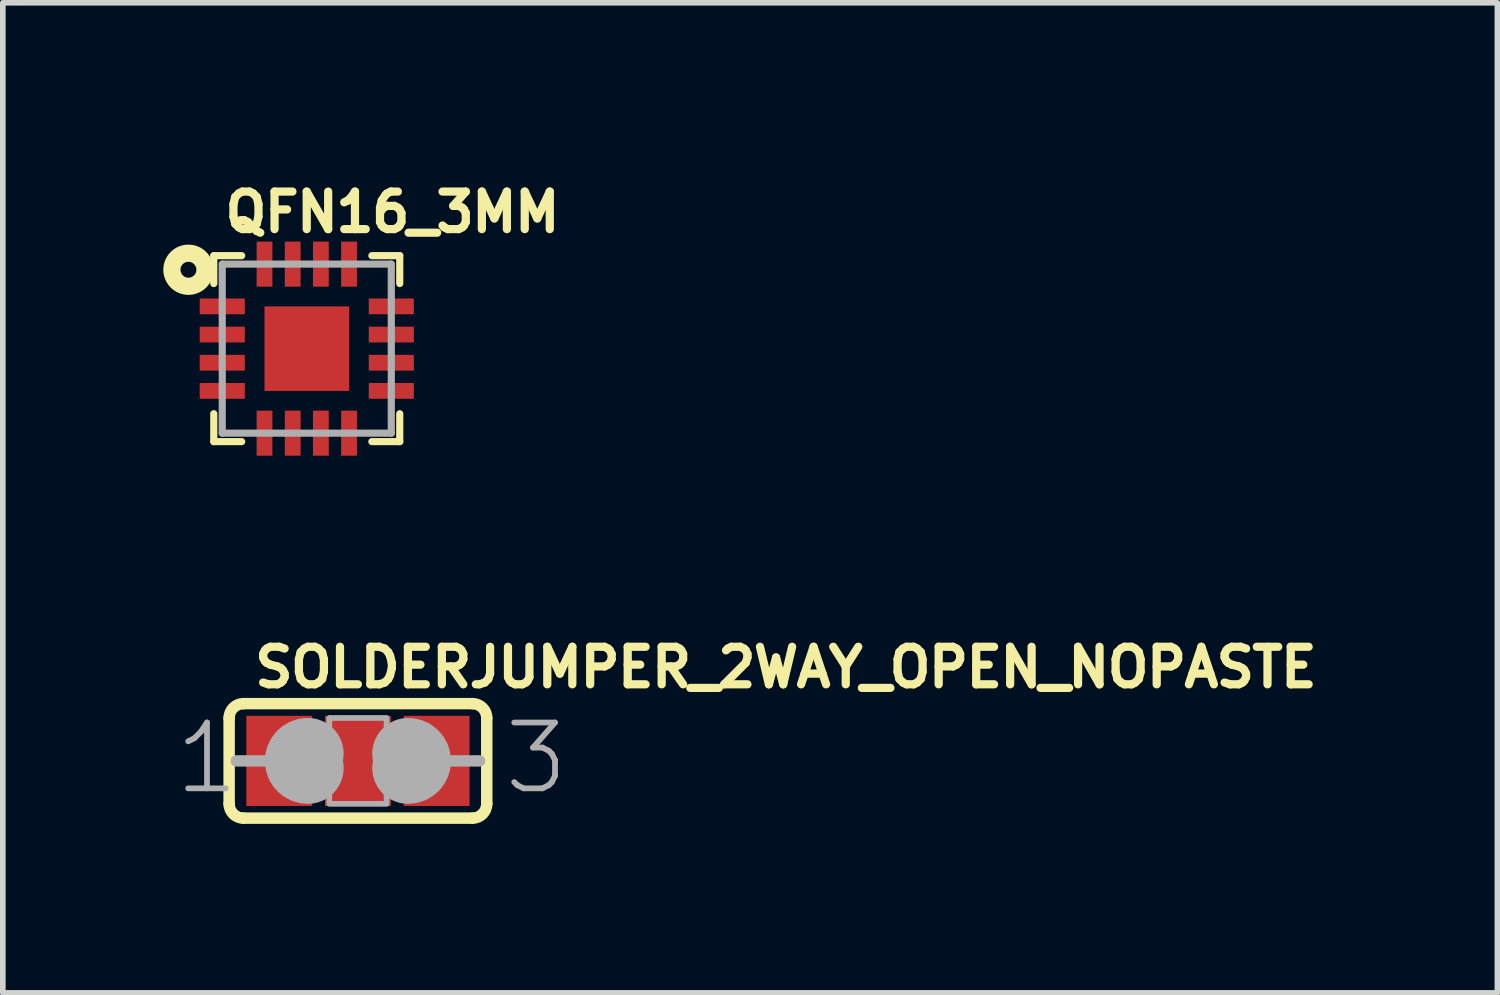
<source format=kicad_pcb>
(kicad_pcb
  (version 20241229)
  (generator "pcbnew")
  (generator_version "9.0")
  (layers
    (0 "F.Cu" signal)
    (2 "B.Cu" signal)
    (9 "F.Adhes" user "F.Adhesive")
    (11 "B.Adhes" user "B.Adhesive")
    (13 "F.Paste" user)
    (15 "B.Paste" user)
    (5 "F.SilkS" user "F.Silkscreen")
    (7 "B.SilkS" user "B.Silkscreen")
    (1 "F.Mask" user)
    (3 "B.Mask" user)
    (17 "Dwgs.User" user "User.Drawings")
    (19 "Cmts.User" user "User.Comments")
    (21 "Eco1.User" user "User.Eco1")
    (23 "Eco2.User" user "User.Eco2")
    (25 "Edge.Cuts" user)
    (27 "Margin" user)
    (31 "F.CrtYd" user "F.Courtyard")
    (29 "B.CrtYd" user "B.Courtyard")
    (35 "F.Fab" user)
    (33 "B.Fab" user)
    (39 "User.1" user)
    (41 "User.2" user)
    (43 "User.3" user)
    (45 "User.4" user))
  (footprint "QFN16_3MM"
    (layer "F.Cu")
    (at 2.394 3.137)
    (property "Reference" "QFN16_3MM" (at -1.524 -2.032 0) (unlocked yes) (layer "F.SilkS") (effects (font (size 0.666 0.666) (thickness 0.146)) (justify left bottom)))
    (fp_poly (pts (xy -1.94 -0.575) (xy -1.06 -0.575) (xy -1.06 -0.925) (xy -1.94 -0.925)) (stroke (width 0) (type default)) (fill yes) (layer "F.Mask"))
    (fp_poly (pts (xy -1.94 -0.075) (xy -1.06 -0.075) (xy -1.06 -0.425) (xy -1.94 -0.425)) (stroke (width 0) (type default)) (fill yes) (layer "F.Mask"))
    (fp_poly (pts (xy -1.94 0.425) (xy -1.06 0.425) (xy -1.06 0.075) (xy -1.94 0.075)) (stroke (width 0) (type default)) (fill yes) (layer "F.Mask"))
    (fp_poly (pts (xy -1.94 0.925) (xy -1.06 0.925) (xy -1.06 0.575) (xy -1.94 0.575)) (stroke (width 0) (type default)) (fill yes) (layer "F.Mask"))
    (fp_poly (pts (xy -0.925 -1.94) (xy -0.925 -1.06) (xy -0.575 -1.06) (xy -0.575 -1.94)) (stroke (width 0) (type default)) (fill yes) (layer "F.Mask"))
    (fp_poly (pts (xy -0.575 1.94) (xy -0.575 1.06) (xy -0.925 1.06) (xy -0.925 1.94)) (stroke (width 0) (type default)) (fill yes) (layer "F.Mask"))
    (fp_poly (pts (xy -0.425 -1.94) (xy -0.425 -1.06) (xy -0.075 -1.06) (xy -0.075 -1.94)) (stroke (width 0) (type default)) (fill yes) (layer "F.Mask"))
    (fp_poly (pts (xy -0.075 1.94) (xy -0.075 1.06) (xy -0.425 1.06) (xy -0.425 1.94)) (stroke (width 0) (type default)) (fill yes) (layer "F.Mask"))
    (fp_poly (pts (xy 0.075 -1.94) (xy 0.075 -1.06) (xy 0.425 -1.06) (xy 0.425 -1.94)) (stroke (width 0) (type default)) (fill yes) (layer "F.Mask"))
    (fp_poly (pts (xy 0.425 1.94) (xy 0.425 1.06) (xy 0.075 1.06) (xy 0.075 1.94)) (stroke (width 0) (type default)) (fill yes) (layer "F.Mask"))
    (fp_poly (pts (xy 0.575 -1.94) (xy 0.575 -1.06) (xy 0.925 -1.06) (xy 0.925 -1.94)) (stroke (width 0) (type default)) (fill yes) (layer "F.Mask"))
    (fp_poly (pts (xy 0.925 1.94) (xy 0.925 1.06) (xy 0.575 1.06) (xy 0.575 1.94)) (stroke (width 0) (type default)) (fill yes) (layer "F.Mask"))
    (fp_poly (pts (xy 1.94 -0.925) (xy 1.06 -0.925) (xy 1.06 -0.575) (xy 1.94 -0.575)) (stroke (width 0) (type default)) (fill yes) (layer "F.Mask"))
    (fp_poly (pts (xy 1.94 -0.425) (xy 1.06 -0.425) (xy 1.06 -0.075) (xy 1.94 -0.075)) (stroke (width 0) (type default)) (fill yes) (layer "F.Mask"))
    (fp_poly (pts (xy 1.94 0.075) (xy 1.06 0.075) (xy 1.06 0.425) (xy 1.94 0.425)) (stroke (width 0) (type default)) (fill yes) (layer "F.Mask"))
    (fp_poly (pts (xy 1.94 0.575) (xy 1.06 0.575) (xy 1.06 0.925) (xy 1.94 0.925)) (stroke (width 0) (type default)) (fill yes) (layer "F.Mask"))
    (fp_line (start -1.65 -1.65) (end -1.65 -1.155) (stroke (width 0.127) (type solid)) (layer "F.SilkS"))
    (fp_line (start -1.65 1.155) (end -1.65 1.65) (stroke (width 0.127) (type solid)) (layer "F.SilkS"))
    (fp_line (start -1.65 1.65) (end -1.155 1.65) (stroke (width 0.127) (type solid)) (layer "F.SilkS"))
    (fp_line (start -1.155 -1.65) (end -1.65 -1.65) (stroke (width 0.127) (type solid)) (layer "F.SilkS"))
    (fp_line (start 1.155 -1.65) (end 1.65 -1.65) (stroke (width 0.127) (type solid)) (layer "F.SilkS"))
    (fp_line (start 1.65 -1.65) (end 1.65 -1.155) (stroke (width 0.127) (type solid)) (layer "F.SilkS"))
    (fp_line (start 1.65 1.155) (end 1.65 1.65) (stroke (width 0.127) (type solid)) (layer "F.SilkS"))
    (fp_line (start 1.65 1.65) (end 1.155 1.65) (stroke (width 0.127) (type solid)) (layer "F.SilkS"))
    (fp_circle (center -2.1 -1.4) (end -1.959 -1.4) (stroke (width 0.305) (type solid)) (fill no) (layer "F.SilkS"))
    (fp_poly (pts (xy 0.572 0.572) (xy -0.572 0.572) (xy -0.572 -0.572) (xy 0.572 -0.572)) (stroke (width 0) (type default)) (fill yes) (layer "F.Paste"))
    (fp_line (start -1.5 -1.5) (end 1.5 -1.5) (stroke (width 0.127) (type solid)) (layer "F.Fab"))
    (fp_line (start -1.5 1.5) (end -1.5 -1.5) (stroke (width 0.127) (type solid)) (layer "F.Fab"))
    (fp_line (start 1.5 -1.5) (end 1.5 1.5) (stroke (width 0.127) (type solid)) (layer "F.Fab"))
    (fp_line (start 1.5 1.5) (end -1.5 1.5) (stroke (width 0.127) (type solid)) (layer "F.Fab"))
    (pad "1" smd rect (at -1.5 -0.75) (size 0.8 0.28) (layers "F.Cu" "F.Paste"))
    (pad "2" smd rect (at -1.5 -0.25) (size 0.8 0.28) (layers "F.Cu" "F.Paste"))
    (pad "3" smd rect (at -1.5 0.25) (size 0.8 0.28) (layers "F.Cu" "F.Paste"))
    (pad "4" smd rect (at -1.5 0.75) (size 0.8 0.28) (layers "F.Cu" "F.Paste"))
    (pad "5" smd rect (at -0.75 1.5 90) (size 0.8 0.28) (layers "F.Cu" "F.Paste"))
    (pad "6" smd rect (at -0.25 1.5 90) (size 0.8 0.28) (layers "F.Cu" "F.Paste"))
    (pad "7" smd rect (at 0.25 1.5 90) (size 0.8 0.28) (layers "F.Cu" "F.Paste"))
    (pad "8" smd rect (at 0.75 1.5 90) (size 0.8 0.28) (layers "F.Cu" "F.Paste"))
    (pad "9" smd rect (at 1.5 0.75 180) (size 0.8 0.28) (layers "F.Cu" "F.Paste"))
    (pad "10" smd rect (at 1.5 0.25 180) (size 0.8 0.28) (layers "F.Cu" "F.Paste"))
    (pad "11" smd rect (at 1.5 -0.25 180) (size 0.8 0.28) (layers "F.Cu" "F.Paste"))
    (pad "12" smd rect (at 1.5 -0.75 180) (size 0.8 0.28) (layers "F.Cu" "F.Paste"))
    (pad "13" smd rect (at 0.75 -1.5 270) (size 0.8 0.28) (layers "F.Cu" "F.Paste"))
    (pad "14" smd rect (at 0.25 -1.5 270) (size 0.8 0.28) (layers "F.Cu" "F.Paste"))
    (pad "15" smd rect (at -0.25 -1.5 270) (size 0.8 0.28) (layers "F.Cu" "F.Paste"))
    (pad "16" smd rect (at -0.75 -1.5 270) (size 0.8 0.28) (layers "F.Cu" "F.Paste"))
    (pad "THERMAL" smd rect (at 0 0) (size 1.5 1.5) (layers "F.Cu" "F.Mask")))
  (footprint "SOLDERJUMPER_2WAY_OPEN_NOPASTE"
    (layer "F.Cu")
    (at 3.302 10.453)
    (property "Reference" "SOLDERJUMPER_2WAY_OPEN_NOPASTE" (at -1.905 -1.27 0) (unlocked yes) (layer "F.SilkS") (effects (font (size 0.666 0.666) (thickness 0.146)) (justify left bottom)))
    (fp_poly (pts (xy -2.083 0.889) (xy 2.083 0.889) (xy 2.083 -0.889) (xy -2.083 -0.889)) (stroke (width 0) (type default)) (fill yes) (layer "F.Mask"))
    (fp_line (start -2.286 0.762) (end -2.286 -0.762) (stroke (width 0.203) (type solid)) (layer "F.SilkS"))
    (fp_line (start -2.032 -1.016) (end 2.032 -1.016) (stroke (width 0.203) (type solid)) (layer "F.SilkS"))
    (fp_line (start 2.032 1.016) (end -2.032 1.016) (stroke (width 0.203) (type solid)) (layer "F.SilkS"))
    (fp_line (start 2.286 0.762) (end 2.286 -0.762) (stroke (width 0.203) (type solid)) (layer "F.SilkS"))
    (fp_arc (start -2.286 -0.762) (mid -2.211605 -0.941605) (end -2.032 -1.016) (stroke (width 0.2032) (type solid)) (layer "F.SilkS"))
    (fp_arc (start -2.032 1.016) (mid -2.211605 0.941605) (end -2.286 0.762) (stroke (width 0.2032) (type solid)) (layer "F.SilkS"))
    (fp_arc (start 2.032 -1.016) (mid 2.211605 -0.941605) (end 2.286 -0.762) (stroke (width 0.2032) (type solid)) (layer "F.SilkS"))
    (fp_arc (start 2.286 0.762) (mid 2.211605 0.941605) (end 2.032 1.016) (stroke (width 0.2032) (type solid)) (layer "F.SilkS"))
    (fp_line (start -1.651 0) (end -2.159 0) (stroke (width 0.203) (type solid)) (layer "F.Fab"))
    (fp_line (start 1.651 0) (end 2.159 0) (stroke (width 0.203) (type solid)) (layer "F.Fab"))
    (fp_arc (start -0.889 0.127) (mid -1.016 0) (end -0.889 -0.127) (stroke (width 1.27) (type solid)) (layer "F.Fab"))
    (fp_arc (start 0.889 -0.127) (mid 1.016 0) (end 0.889 0.127) (stroke (width 1.27) (type solid)) (layer "F.Fab"))
    (fp_poly (pts (xy -0.508 0.762) (xy 0.508 0.762) (xy 0.508 -0.762) (xy -0.508 -0.762)) (stroke (width 0.1) (type default)) (fill no) (layer "F.Fab"))
    (fp_text user "3" (at 2.54 0.635 0) (layer "F.Fab") (effects (font (size 1.168 1.168) (thickness 0.102)) (justify left bottom)))
    (fp_text user "1" (at -3.302 0.635 0) (layer "F.Fab") (effects (font (size 1.168 1.168) (thickness 0.102)) (justify left bottom)))
    (pad "1" smd rect (at -1.397 0) (size 1.168 1.6) (layers "F.Cu"))
    (pad "2" smd rect (at 0 0) (size 1.168 1.6) (layers "F.Cu"))
    (pad "3" smd rect (at 1.397 0) (size 1.168 1.6) (layers "F.Cu")))
  (gr_rect
    (start -3 -3)
    (end 23.523 14.57)
    (stroke (width 0.1) (type default))
    (fill no)
    (layer "Edge.Cuts")))
</source>
